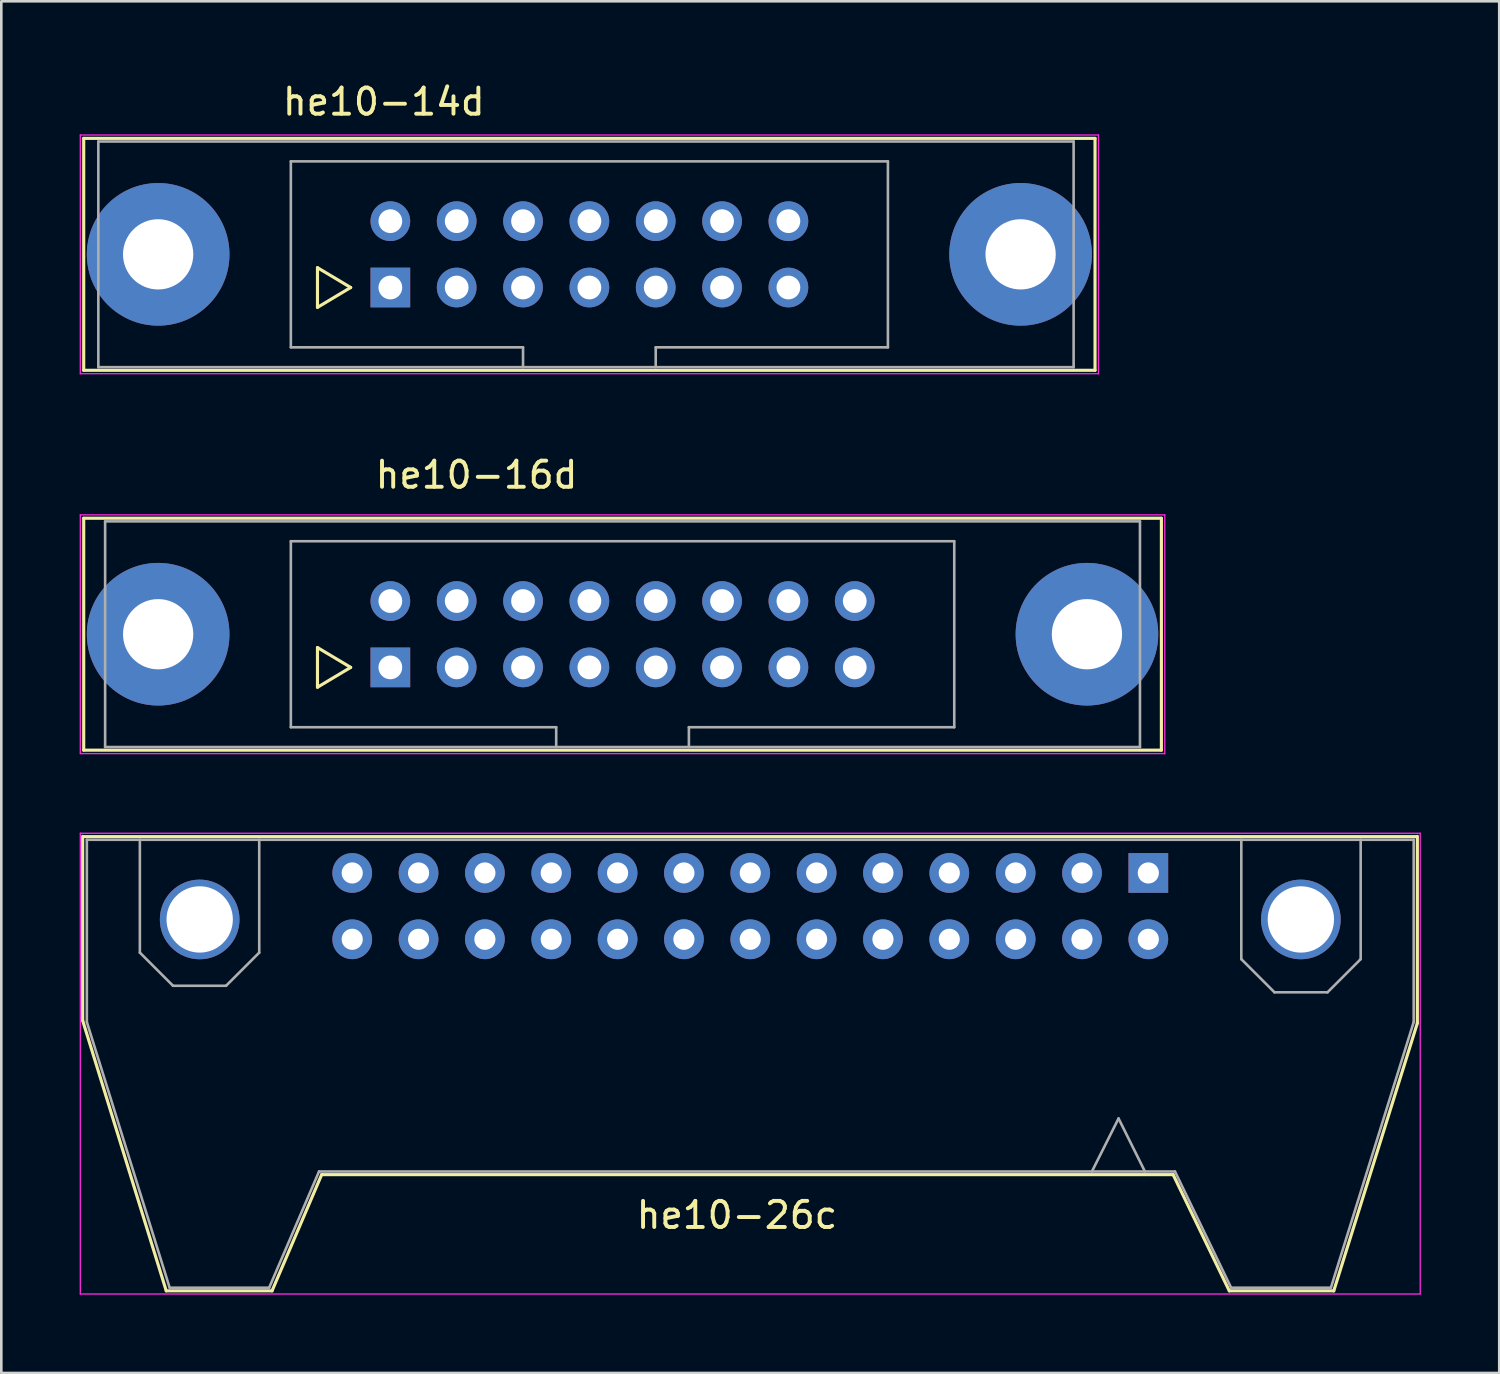
<source format=kicad_pcb>
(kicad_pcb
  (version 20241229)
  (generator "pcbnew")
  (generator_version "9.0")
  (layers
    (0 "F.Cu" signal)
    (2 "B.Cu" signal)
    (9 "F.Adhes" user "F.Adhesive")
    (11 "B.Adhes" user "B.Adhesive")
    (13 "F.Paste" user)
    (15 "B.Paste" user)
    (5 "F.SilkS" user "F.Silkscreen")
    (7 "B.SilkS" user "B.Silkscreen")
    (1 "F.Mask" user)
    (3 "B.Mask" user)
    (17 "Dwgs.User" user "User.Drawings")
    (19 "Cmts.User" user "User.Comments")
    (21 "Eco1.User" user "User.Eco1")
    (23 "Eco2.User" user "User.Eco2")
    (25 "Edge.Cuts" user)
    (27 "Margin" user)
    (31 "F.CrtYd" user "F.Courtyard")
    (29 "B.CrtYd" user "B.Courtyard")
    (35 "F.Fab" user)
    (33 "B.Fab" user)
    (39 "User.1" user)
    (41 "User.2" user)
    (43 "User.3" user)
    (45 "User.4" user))
  (footprint "he10-14d"
    (layer "F.Cu")
    (at 11.895 7.958)
    (property "Reference" "he10-14d" (at -0.25 -7.11 0) (layer "F.SilkS") (effects (font (size 1 1) (thickness 0.15))))
    (attr through_hole)
    (fp_line (start -11.74 -5.71) (end -11.74 3.17) (stroke (width 0.12) (type solid)) (layer "F.SilkS"))
    (fp_line (start -11.74 -5.71) (end 26.98 -5.71) (stroke (width 0.12) (type solid)) (layer "F.SilkS"))
    (fp_line (start -2.79 -0.76) (end -2.79 0.76) (stroke (width 0.12) (type solid)) (layer "F.SilkS"))
    (fp_line (start -2.79 0.76) (end -1.52 0) (stroke (width 0.12) (type solid)) (layer "F.SilkS"))
    (fp_line (start -1.52 0) (end -2.79 -0.76) (stroke (width 0.12) (type solid)) (layer "F.SilkS"))
    (fp_line (start 26.98 3.17) (end -11.74 3.17) (stroke (width 0.12) (type solid)) (layer "F.SilkS"))
    (fp_line (start 26.98 3.17) (end 26.98 -5.71) (stroke (width 0.12) (type solid)) (layer "F.SilkS"))
    (fp_line (start -11.87 -5.84) (end -11.87 3.3) (stroke (width 0.05) (type solid)) (layer "F.CrtYd"))
    (fp_line (start -11.87 -5.84) (end 27.11 -5.84) (stroke (width 0.05) (type solid)) (layer "F.CrtYd"))
    (fp_line (start 27.11 3.3) (end -11.87 3.3) (stroke (width 0.05) (type solid)) (layer "F.CrtYd"))
    (fp_line (start 27.11 3.3) (end 27.11 -5.84) (stroke (width 0.05) (type solid)) (layer "F.CrtYd"))
    (fp_line (start -11.18 -5.59) (end 26.16 -5.59) (stroke (width 0.1) (type solid)) (layer "F.Fab"))
    (fp_line (start -11.18 3.05) (end -11.18 -5.59) (stroke (width 0.1) (type solid)) (layer "F.Fab"))
    (fp_line (start -3.81 -4.83) (end 19.05 -4.83) (stroke (width 0.1) (type solid)) (layer "F.Fab"))
    (fp_line (start -3.81 2.29) (end -3.81 -4.83) (stroke (width 0.1) (type solid)) (layer "F.Fab"))
    (fp_line (start 5.08 2.29) (end -3.81 2.29) (stroke (width 0.1) (type solid)) (layer "F.Fab"))
    (fp_line (start 5.08 3.05) (end 5.08 2.29) (stroke (width 0.1) (type solid)) (layer "F.Fab"))
    (fp_line (start 10.16 2.29) (end 10.16 3.05) (stroke (width 0.1) (type solid)) (layer "F.Fab"))
    (fp_line (start 19.05 -4.83) (end 19.05 2.29) (stroke (width 0.1) (type solid)) (layer "F.Fab"))
    (fp_line (start 19.05 2.29) (end 10.16 2.29) (stroke (width 0.1) (type solid)) (layer "F.Fab"))
    (fp_line (start 26.16 -5.59) (end 26.16 3.05) (stroke (width 0.1) (type solid)) (layer "F.Fab"))
    (fp_line (start 26.16 3.05) (end -11.18 3.05) (stroke (width 0.1) (type solid)) (layer "F.Fab"))
    (pad "0" thru_hole circle (at -8.89 -1.27) (size 5.46 5.46) (drill 2.69) (layers "*.Cu" "*.Mask"))
    (pad "0" thru_hole circle (at 24.13 -1.27) (size 5.46 5.46) (drill 2.69) (layers "*.Cu" "*.Mask"))
    (pad "1" thru_hole rect (at 0 0) (size 1.52 1.52) (drill 0.91) (layers "*.Cu" "*.Mask"))
    (pad "2" thru_hole circle (at 0 -2.54) (size 1.52 1.52) (drill 0.91) (layers "*.Cu" "*.Mask"))
    (pad "3" thru_hole circle (at 2.54 0) (size 1.52 1.52) (drill 0.91) (layers "*.Cu" "*.Mask"))
    (pad "4" thru_hole circle (at 2.54 -2.54) (size 1.52 1.52) (drill 0.91) (layers "*.Cu" "*.Mask"))
    (pad "5" thru_hole circle (at 5.08 0) (size 1.52 1.52) (drill 0.91) (layers "*.Cu" "*.Mask"))
    (pad "6" thru_hole circle (at 5.08 -2.54) (size 1.52 1.52) (drill 0.91) (layers "*.Cu" "*.Mask"))
    (pad "7" thru_hole circle (at 7.62 0) (size 1.52 1.52) (drill 0.91) (layers "*.Cu" "*.Mask"))
    (pad "8" thru_hole circle (at 7.62 -2.54) (size 1.52 1.52) (drill 0.91) (layers "*.Cu" "*.Mask"))
    (pad "9" thru_hole circle (at 10.16 0) (size 1.52 1.52) (drill 0.91) (layers "*.Cu" "*.Mask"))
    (pad "10" thru_hole circle (at 10.16 -2.54) (size 1.52 1.52) (drill 0.91) (layers "*.Cu" "*.Mask"))
    (pad "11" thru_hole circle (at 12.7 0) (size 1.52 1.52) (drill 0.91) (layers "*.Cu" "*.Mask"))
    (pad "12" thru_hole circle (at 12.7 -2.54) (size 1.52 1.52) (drill 0.91) (layers "*.Cu" "*.Mask"))
    (pad "13" thru_hole circle (at 15.24 0) (size 1.52 1.52) (drill 0.91) (layers "*.Cu" "*.Mask"))
    (pad "14" thru_hole circle (at 15.24 -2.54) (size 1.52 1.52) (drill 0.91) (layers "*.Cu" "*.Mask")))
  (footprint "he10-16d"
    (layer "F.Cu")
    (at 11.895 22.502)
    (property "Reference" "he10-16d" (at 3.3 -7.37 0) (layer "F.SilkS") (effects (font (size 1 1) (thickness 0.15))))
    (attr through_hole)
    (fp_line (start -11.74 -5.71) (end -11.74 3.17) (stroke (width 0.12) (type solid)) (layer "F.SilkS"))
    (fp_line (start -11.74 -5.71) (end 29.52 -5.71) (stroke (width 0.12) (type solid)) (layer "F.SilkS"))
    (fp_line (start -2.79 -0.76) (end -2.79 0.76) (stroke (width 0.12) (type solid)) (layer "F.SilkS"))
    (fp_line (start -2.79 0.76) (end -1.52 0) (stroke (width 0.12) (type solid)) (layer "F.SilkS"))
    (fp_line (start -1.52 0) (end -2.79 -0.76) (stroke (width 0.12) (type solid)) (layer "F.SilkS"))
    (fp_line (start 29.52 3.17) (end -11.74 3.17) (stroke (width 0.12) (type solid)) (layer "F.SilkS"))
    (fp_line (start 29.52 3.17) (end 29.52 -5.71) (stroke (width 0.12) (type solid)) (layer "F.SilkS"))
    (fp_line (start -11.87 -5.84) (end -11.87 3.3) (stroke (width 0.05) (type solid)) (layer "F.CrtYd"))
    (fp_line (start -11.87 -5.84) (end 29.65 -5.84) (stroke (width 0.05) (type solid)) (layer "F.CrtYd"))
    (fp_line (start 29.65 3.3) (end -11.87 3.3) (stroke (width 0.05) (type solid)) (layer "F.CrtYd"))
    (fp_line (start 29.65 3.3) (end 29.65 -5.84) (stroke (width 0.05) (type solid)) (layer "F.CrtYd"))
    (fp_line (start -10.92 -5.59) (end 28.7 -5.59) (stroke (width 0.1) (type solid)) (layer "F.Fab"))
    (fp_line (start -10.92 3.05) (end -10.92 -5.59) (stroke (width 0.1) (type solid)) (layer "F.Fab"))
    (fp_line (start -3.81 -4.83) (end 21.59 -4.83) (stroke (width 0.1) (type solid)) (layer "F.Fab"))
    (fp_line (start -3.81 2.29) (end -3.81 -4.83) (stroke (width 0.1) (type solid)) (layer "F.Fab"))
    (fp_line (start 6.35 2.29) (end -3.81 2.29) (stroke (width 0.1) (type solid)) (layer "F.Fab"))
    (fp_line (start 6.35 3.05) (end 6.35 2.29) (stroke (width 0.1) (type solid)) (layer "F.Fab"))
    (fp_line (start 11.43 2.29) (end 11.43 3.05) (stroke (width 0.1) (type solid)) (layer "F.Fab"))
    (fp_line (start 21.59 -4.83) (end 21.59 2.29) (stroke (width 0.1) (type solid)) (layer "F.Fab"))
    (fp_line (start 21.59 2.29) (end 11.43 2.29) (stroke (width 0.1) (type solid)) (layer "F.Fab"))
    (fp_line (start 28.7 -5.59) (end 28.7 3.05) (stroke (width 0.1) (type solid)) (layer "F.Fab"))
    (fp_line (start 28.7 3.05) (end -10.92 3.05) (stroke (width 0.1) (type solid)) (layer "F.Fab"))
    (pad "0" thru_hole circle (at -8.89 -1.27) (size 5.46 5.46) (drill 2.69) (layers "*.Cu" "*.Mask"))
    (pad "0" thru_hole circle (at 26.67 -1.27) (size 5.46 5.46) (drill 2.69) (layers "*.Cu" "*.Mask"))
    (pad "1" thru_hole rect (at 0 0) (size 1.52 1.52) (drill 0.91) (layers "*.Cu" "*.Mask"))
    (pad "2" thru_hole circle (at 0 -2.54) (size 1.52 1.52) (drill 0.91) (layers "*.Cu" "*.Mask"))
    (pad "3" thru_hole circle (at 2.54 0) (size 1.52 1.52) (drill 0.91) (layers "*.Cu" "*.Mask"))
    (pad "4" thru_hole circle (at 2.54 -2.54) (size 1.52 1.52) (drill 0.91) (layers "*.Cu" "*.Mask"))
    (pad "5" thru_hole circle (at 5.08 0) (size 1.52 1.52) (drill 0.91) (layers "*.Cu" "*.Mask"))
    (pad "6" thru_hole circle (at 5.08 -2.54) (size 1.52 1.52) (drill 0.91) (layers "*.Cu" "*.Mask"))
    (pad "7" thru_hole circle (at 7.62 0) (size 1.52 1.52) (drill 0.91) (layers "*.Cu" "*.Mask"))
    (pad "8" thru_hole circle (at 7.62 -2.54) (size 1.52 1.52) (drill 0.91) (layers "*.Cu" "*.Mask"))
    (pad "9" thru_hole circle (at 10.16 0) (size 1.52 1.52) (drill 0.91) (layers "*.Cu" "*.Mask"))
    (pad "10" thru_hole circle (at 10.16 -2.54) (size 1.52 1.52) (drill 0.91) (layers "*.Cu" "*.Mask"))
    (pad "11" thru_hole circle (at 12.7 0) (size 1.52 1.52) (drill 0.91) (layers "*.Cu" "*.Mask"))
    (pad "12" thru_hole circle (at 12.7 -2.54) (size 1.52 1.52) (drill 0.91) (layers "*.Cu" "*.Mask"))
    (pad "13" thru_hole circle (at 15.24 0) (size 1.52 1.52) (drill 0.91) (layers "*.Cu" "*.Mask"))
    (pad "14" thru_hole circle (at 15.24 -2.54) (size 1.52 1.52) (drill 0.91) (layers "*.Cu" "*.Mask"))
    (pad "15" thru_hole circle (at 17.78 0) (size 1.52 1.52) (drill 0.91) (layers "*.Cu" "*.Mask"))
    (pad "16" thru_hole circle (at 17.78 -2.54) (size 1.52 1.52) (drill 0.91) (layers "*.Cu" "*.Mask")))
  (footprint "he10-26c"
    (layer "F.Cu")
    (at 40.915 30.372)
    (property "Reference" "he10-26c" (at -15.75 13.1 0) (layer "F.SilkS") (effects (font (size 1 1) (thickness 0.15))))
    (attr through_hole)
    (fp_line (start -40.8 5.65) (end -40.8 -1.4) (stroke (width 0.12) (type solid)) (layer "F.SilkS"))
    (fp_line (start -40.76 -1.39) (end 10.28 -1.39) (stroke (width 0.12) (type solid)) (layer "F.SilkS"))
    (fp_line (start -37.6 16) (end -40.8 5.65) (stroke (width 0.12) (type solid)) (layer "F.SilkS"))
    (fp_line (start -33.55 16) (end -37.6 16) (stroke (width 0.12) (type solid)) (layer "F.SilkS"))
    (fp_line (start -31.65 11.55) (end -33.55 16) (stroke (width 0.12) (type solid)) (layer "F.SilkS"))
    (fp_line (start 0.95 11.55) (end -31.65 11.55) (stroke (width 0.12) (type solid)) (layer "F.SilkS"))
    (fp_line (start 3.1 16) (end 0.95 11.55) (stroke (width 0.12) (type solid)) (layer "F.SilkS"))
    (fp_line (start 7.1 16) (end 3.1 16) (stroke (width 0.12) (type solid)) (layer "F.SilkS"))
    (fp_line (start 10.3 -1.4) (end 10.3 5.75) (stroke (width 0.12) (type solid)) (layer "F.SilkS"))
    (fp_line (start 10.3 5.75) (end 7.1 16) (stroke (width 0.12) (type solid)) (layer "F.SilkS"))
    (fp_line (start -40.89 -1.52) (end -40.89 16.12) (stroke (width 0.05) (type solid)) (layer "F.CrtYd"))
    (fp_line (start -40.89 -1.52) (end 10.41 -1.52) (stroke (width 0.05) (type solid)) (layer "F.CrtYd"))
    (fp_line (start 10.41 16.12) (end -40.89 16.12) (stroke (width 0.05) (type solid)) (layer "F.CrtYd"))
    (fp_line (start 10.41 16.12) (end 10.41 -1.52) (stroke (width 0.05) (type solid)) (layer "F.CrtYd"))
    (fp_line (start -40.64 -1.27) (end -40.64 5.71) (stroke (width 0.1) (type solid)) (layer "F.Fab"))
    (fp_line (start -40.64 -1.27) (end 10.16 -1.27) (stroke (width 0.1) (type solid)) (layer "F.Fab"))
    (fp_line (start -40.64 5.71) (end -37.47 15.88) (stroke (width 0.1) (type solid)) (layer "F.Fab"))
    (fp_line (start -38.61 3.05) (end -38.61 -1.27) (stroke (width 0.1) (type solid)) (layer "F.Fab"))
    (fp_line (start -37.47 15.88) (end -33.66 15.88) (stroke (width 0.1) (type solid)) (layer "F.Fab"))
    (fp_line (start -37.34 4.32) (end -38.61 3.05) (stroke (width 0.1) (type solid)) (layer "F.Fab"))
    (fp_line (start -35.31 4.32) (end -37.34 4.32) (stroke (width 0.1) (type solid)) (layer "F.Fab"))
    (fp_line (start -34.04 -1.27) (end -34.04 3.05) (stroke (width 0.1) (type solid)) (layer "F.Fab"))
    (fp_line (start -34.04 3.05) (end -35.31 4.32) (stroke (width 0.1) (type solid)) (layer "F.Fab"))
    (fp_line (start -33.66 15.88) (end -31.75 11.43) (stroke (width 0.1) (type solid)) (layer "F.Fab"))
    (fp_line (start -1.14 9.4) (end -2.16 11.43) (stroke (width 0.1) (type solid)) (layer "F.Fab"))
    (fp_line (start -0.13 11.43) (end -1.14 9.4) (stroke (width 0.1) (type solid)) (layer "F.Fab"))
    (fp_line (start 1.02 11.43) (end -31.75 11.43) (stroke (width 0.1) (type solid)) (layer "F.Fab"))
    (fp_line (start 3.17 15.88) (end 1.02 11.43) (stroke (width 0.1) (type solid)) (layer "F.Fab"))
    (fp_line (start 3.56 3.3) (end 3.56 -1.27) (stroke (width 0.1) (type solid)) (layer "F.Fab"))
    (fp_line (start 4.83 4.57) (end 3.56 3.3) (stroke (width 0.1) (type solid)) (layer "F.Fab"))
    (fp_line (start 6.86 4.57) (end 4.83 4.57) (stroke (width 0.1) (type solid)) (layer "F.Fab"))
    (fp_line (start 6.99 15.88) (end 3.17 15.88) (stroke (width 0.1) (type solid)) (layer "F.Fab"))
    (fp_line (start 8.13 -1.27) (end 8.13 3.3) (stroke (width 0.1) (type solid)) (layer "F.Fab"))
    (fp_line (start 8.13 3.3) (end 6.86 4.57) (stroke (width 0.1) (type solid)) (layer "F.Fab"))
    (fp_line (start 10.16 -1.27) (end 10.16 5.71) (stroke (width 0.1) (type solid)) (layer "F.Fab"))
    (fp_line (start 10.16 5.71) (end 6.99 15.88) (stroke (width 0.1) (type solid)) (layer "F.Fab"))
    (pad "0" thru_hole circle (at -36.32 1.78) (size 3.05 3.05) (drill 2.54) (layers "*.Cu" "*.Mask"))
    (pad "0" thru_hole circle (at 5.84 1.78) (size 3.05 3.05) (drill 2.54) (layers "*.Cu" "*.Mask"))
    (pad "1" thru_hole rect (at 0 0) (size 1.52 1.52) (drill 0.81) (layers "*.Cu" "*.Mask"))
    (pad "2" thru_hole circle (at 0 2.54) (size 1.52 1.52) (drill 0.81) (layers "*.Cu" "*.Mask"))
    (pad "3" thru_hole circle (at -2.54 0) (size 1.52 1.52) (drill 0.81) (layers "*.Cu" "*.Mask"))
    (pad "4" thru_hole circle (at -2.54 2.54) (size 1.52 1.52) (drill 0.81) (layers "*.Cu" "*.Mask"))
    (pad "5" thru_hole circle (at -5.08 0) (size 1.52 1.52) (drill 0.81) (layers "*.Cu" "*.Mask"))
    (pad "6" thru_hole circle (at -5.08 2.54) (size 1.52 1.52) (drill 0.81) (layers "*.Cu" "*.Mask"))
    (pad "7" thru_hole circle (at -7.62 0) (size 1.52 1.52) (drill 0.81) (layers "*.Cu" "*.Mask"))
    (pad "8" thru_hole circle (at -7.62 2.54) (size 1.52 1.52) (drill 0.81) (layers "*.Cu" "*.Mask"))
    (pad "9" thru_hole circle (at -10.16 0) (size 1.52 1.52) (drill 0.81) (layers "*.Cu" "*.Mask"))
    (pad "10" thru_hole circle (at -10.16 2.54) (size 1.52 1.52) (drill 0.81) (layers "*.Cu" "*.Mask"))
    (pad "11" thru_hole circle (at -12.7 0) (size 1.52 1.52) (drill 0.81) (layers "*.Cu" "*.Mask"))
    (pad "12" thru_hole circle (at -12.7 2.54) (size 1.52 1.52) (drill 0.81) (layers "*.Cu" "*.Mask"))
    (pad "13" thru_hole circle (at -15.24 0) (size 1.52 1.52) (drill 0.81) (layers "*.Cu" "*.Mask"))
    (pad "14" thru_hole circle (at -15.24 2.54) (size 1.52 1.52) (drill 0.81) (layers "*.Cu" "*.Mask"))
    (pad "15" thru_hole circle (at -17.78 0) (size 1.52 1.52) (drill 0.81) (layers "*.Cu" "*.Mask"))
    (pad "16" thru_hole circle (at -17.78 2.54) (size 1.52 1.52) (drill 0.81) (layers "*.Cu" "*.Mask"))
    (pad "17" thru_hole circle (at -20.32 0) (size 1.52 1.52) (drill 0.81) (layers "*.Cu" "*.Mask"))
    (pad "18" thru_hole circle (at -20.32 2.54) (size 1.52 1.52) (drill 0.81) (layers "*.Cu" "*.Mask"))
    (pad "19" thru_hole circle (at -22.86 0) (size 1.52 1.52) (drill 0.81) (layers "*.Cu" "*.Mask"))
    (pad "20" thru_hole circle (at -22.86 2.54) (size 1.52 1.52) (drill 0.81) (layers "*.Cu" "*.Mask"))
    (pad "21" thru_hole circle (at -25.4 0) (size 1.52 1.52) (drill 0.81) (layers "*.Cu" "*.Mask"))
    (pad "22" thru_hole circle (at -25.4 2.54) (size 1.52 1.52) (drill 0.81) (layers "*.Cu" "*.Mask"))
    (pad "23" thru_hole circle (at -27.94 0) (size 1.52 1.52) (drill 0.81) (layers "*.Cu" "*.Mask"))
    (pad "24" thru_hole circle (at -27.94 2.54) (size 1.52 1.52) (drill 0.81) (layers "*.Cu" "*.Mask"))
    (pad "25" thru_hole circle (at -30.48 0) (size 1.52 1.52) (drill 0.81) (layers "*.Cu" "*.Mask"))
    (pad "26" thru_hole circle (at -30.48 2.54) (size 1.52 1.52) (drill 0.81) (layers "*.Cu" "*.Mask")))
  (gr_rect
    (start -3 -3)
    (end 54.35 49.517)
    (stroke (width 0.1) (type default))
    (fill no)
    (layer "Edge.Cuts")))
</source>
